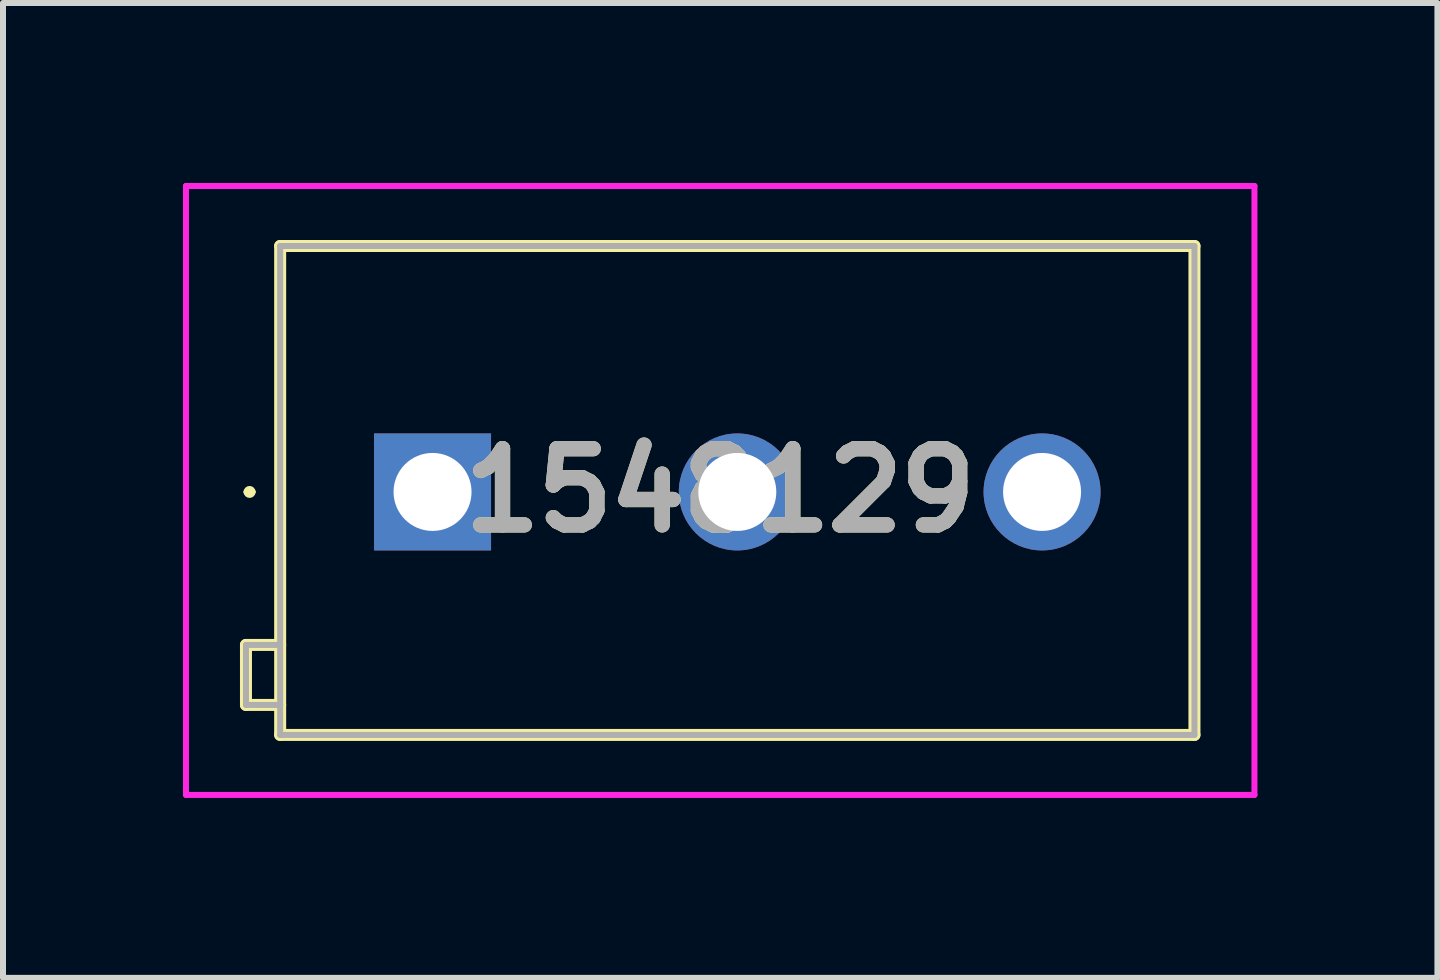
<source format=kicad_pcb>
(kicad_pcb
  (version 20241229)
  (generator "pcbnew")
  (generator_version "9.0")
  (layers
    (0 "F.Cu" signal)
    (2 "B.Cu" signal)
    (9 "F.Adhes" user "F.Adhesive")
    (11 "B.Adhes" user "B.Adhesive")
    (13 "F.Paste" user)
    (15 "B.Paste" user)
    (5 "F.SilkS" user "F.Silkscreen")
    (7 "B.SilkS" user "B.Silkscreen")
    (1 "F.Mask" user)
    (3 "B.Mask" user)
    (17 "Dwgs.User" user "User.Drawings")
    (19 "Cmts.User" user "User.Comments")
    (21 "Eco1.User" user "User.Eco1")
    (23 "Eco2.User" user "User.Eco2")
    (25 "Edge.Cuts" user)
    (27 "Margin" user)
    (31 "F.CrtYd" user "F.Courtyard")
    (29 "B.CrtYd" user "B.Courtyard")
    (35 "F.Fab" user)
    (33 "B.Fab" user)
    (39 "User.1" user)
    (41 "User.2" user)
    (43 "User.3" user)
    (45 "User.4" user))
  (footprint "1548129"
    (layer "F.Cu")
    (at 4.16 5.15)
    (property "Reference" "1548129" (at 4.795 -0.025 0) (layer "F.SilkS") (effects (font (size 1.27 1.27) (thickness 0.254))))
    (attr through_hole)
    (fp_line (start -3.11 2.55) (end -3.11 3.55) (stroke (width 0.2) (type solid)) (layer "F.SilkS"))
    (fp_line (start -3.11 3.55) (end -2.54 3.55) (stroke (width 0.2) (type solid)) (layer "F.SilkS"))
    (fp_line (start -3.1 0) (end -3.1 0) (stroke (width 0.1) (type solid)) (layer "F.SilkS"))
    (fp_line (start -3 0) (end -3 0) (stroke (width 0.1) (type solid)) (layer "F.SilkS"))
    (fp_line (start -2.54 -4.1) (end 12.7 -4.1) (stroke (width 0.2) (type solid)) (layer "F.SilkS"))
    (fp_line (start -2.54 2.55) (end -3.11 2.55) (stroke (width 0.2) (type solid)) (layer "F.SilkS"))
    (fp_line (start -2.54 4.05) (end -2.54 -4.1) (stroke (width 0.2) (type solid)) (layer "F.SilkS"))
    (fp_line (start 12.7 -4.1) (end 12.7 4.05) (stroke (width 0.2) (type solid)) (layer "F.SilkS"))
    (fp_line (start 12.7 4.05) (end -2.54 4.05) (stroke (width 0.2) (type solid)) (layer "F.SilkS"))
    (fp_arc (start -3.1 0) (mid -3.05 -0.05) (end -3 0) (stroke (width 0.1) (type solid)) (layer "F.SilkS"))
    (fp_arc (start -3 0) (mid -3.05 0.05) (end -3.1 0) (stroke (width 0.1) (type solid)) (layer "F.SilkS"))
    (fp_line (start -4.11 -5.1) (end 13.7 -5.1) (stroke (width 0.1) (type solid)) (layer "F.CrtYd"))
    (fp_line (start -4.11 5.05) (end -4.11 -5.1) (stroke (width 0.1) (type solid)) (layer "F.CrtYd"))
    (fp_line (start 13.7 -5.1) (end 13.7 5.05) (stroke (width 0.1) (type solid)) (layer "F.CrtYd"))
    (fp_line (start 13.7 5.05) (end -4.11 5.05) (stroke (width 0.1) (type solid)) (layer "F.CrtYd"))
    (fp_line (start -3.11 2.55) (end -3.11 3.55) (stroke (width 0.1) (type solid)) (layer "F.Fab"))
    (fp_line (start -3.11 3.55) (end -2.54 3.55) (stroke (width 0.1) (type solid)) (layer "F.Fab"))
    (fp_line (start -2.54 -4.1) (end -2.54 4.05) (stroke (width 0.1) (type solid)) (layer "F.Fab"))
    (fp_line (start -2.54 2.55) (end -3.11 2.55) (stroke (width 0.1) (type solid)) (layer "F.Fab"))
    (fp_line (start -2.54 4.05) (end 12.7 4.05) (stroke (width 0.1) (type solid)) (layer "F.Fab"))
    (fp_line (start 12.7 -4.1) (end -2.54 -4.1) (stroke (width 0.1) (type solid)) (layer "F.Fab"))
    (fp_line (start 12.7 4.05) (end 12.7 -4.1) (stroke (width 0.1) (type solid)) (layer "F.Fab"))
    (fp_text user "${REFERENCE}" (at 4.795 -0.025 0) (layer "F.Fab") (effects (font (size 1.27 1.27) (thickness 0.254))))
    (pad "1" thru_hole rect (at 0 0) (size 1.95 1.95) (drill 1.3) (layers "*.Cu" "*.Mask"))
    (pad "2" thru_hole circle (at 5.08 0) (size 1.95 1.95) (drill 1.3) (layers "*.Cu" "*.Mask"))
    (pad "3" thru_hole circle (at 10.16 0) (size 1.95 1.95) (drill 1.3) (layers "*.Cu" "*.Mask")))
  (gr_rect
    (start -3 -3)
    (end 20.91 13.25)
    (stroke (width 0.1) (type default))
    (fill no)
    (layer "Edge.Cuts")))
</source>
